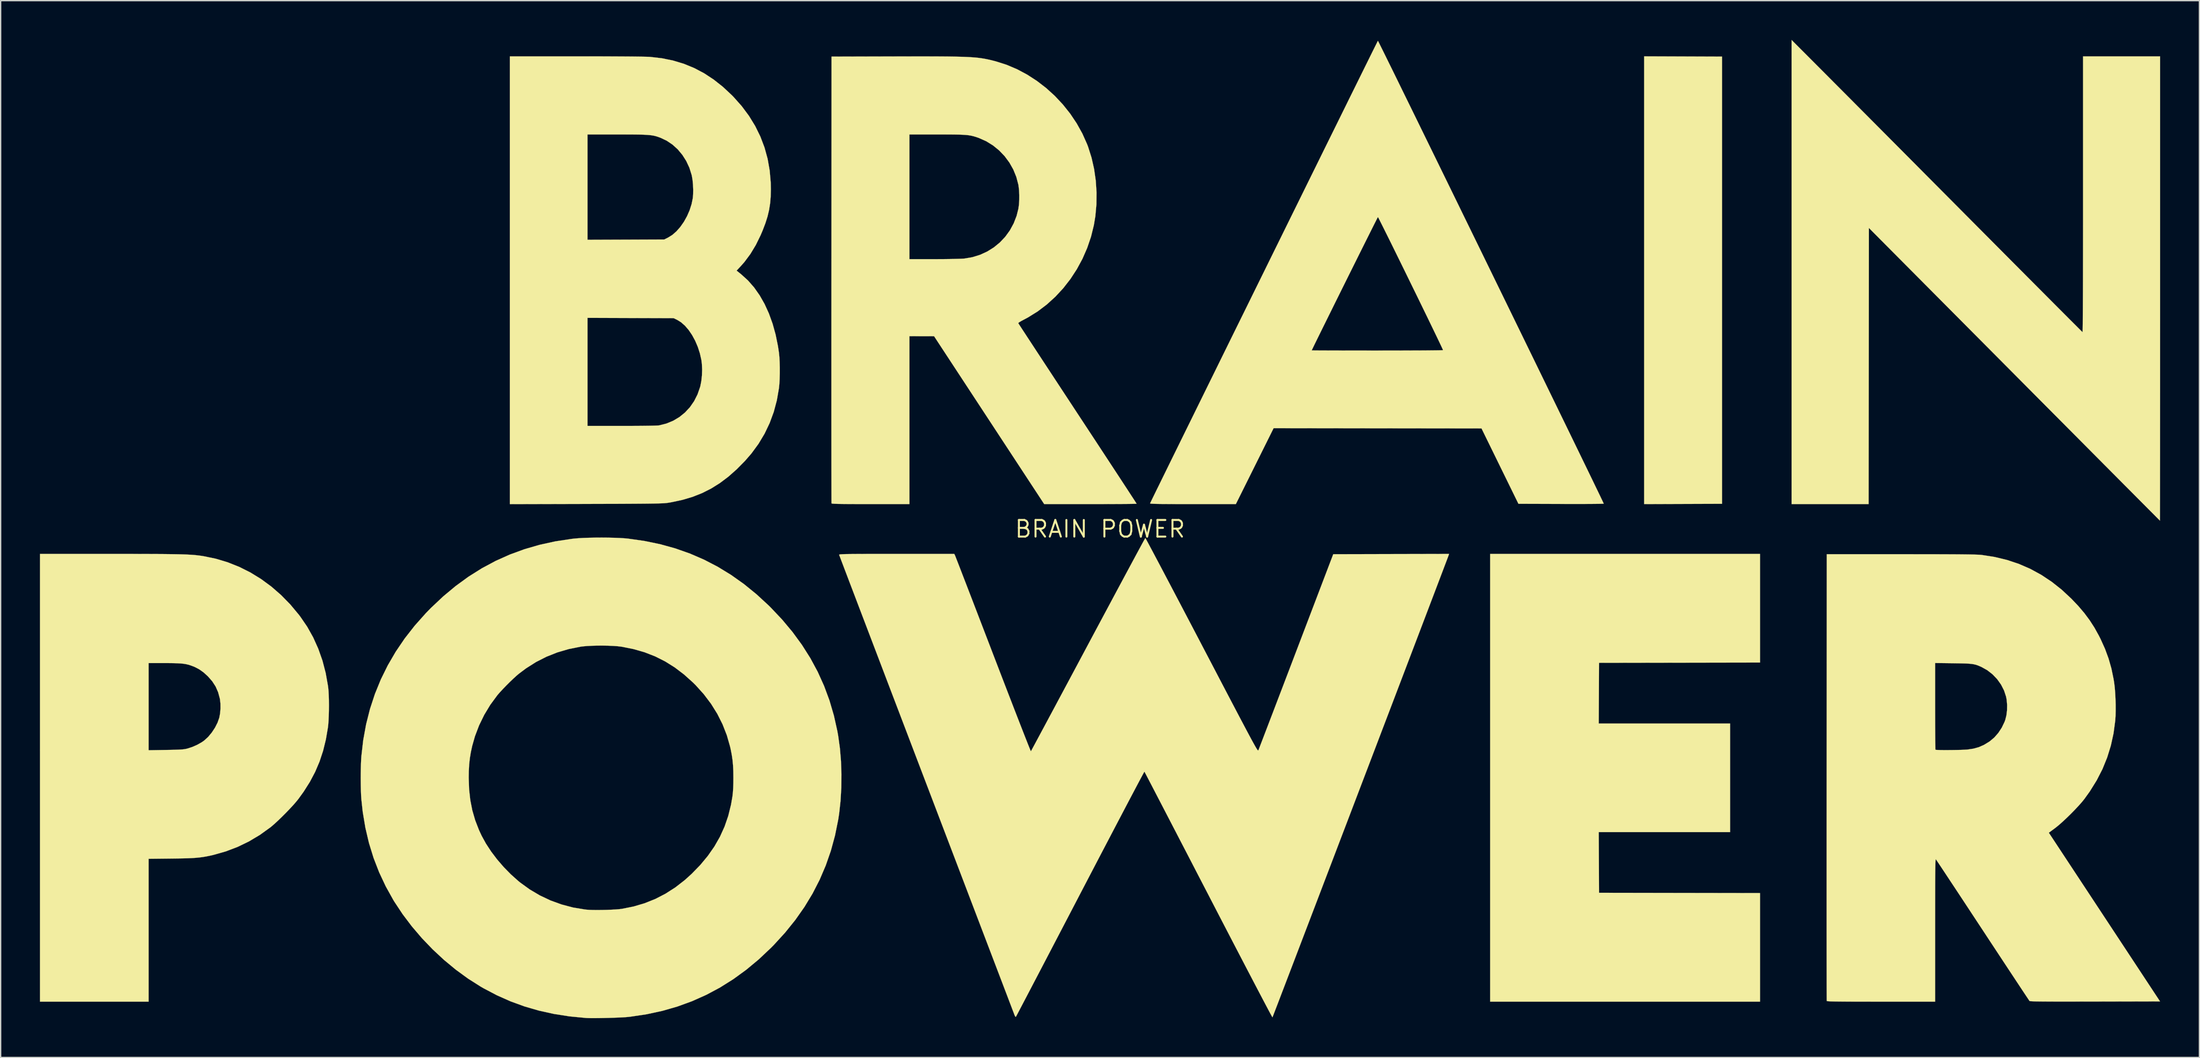
<source format=kicad_pcb>
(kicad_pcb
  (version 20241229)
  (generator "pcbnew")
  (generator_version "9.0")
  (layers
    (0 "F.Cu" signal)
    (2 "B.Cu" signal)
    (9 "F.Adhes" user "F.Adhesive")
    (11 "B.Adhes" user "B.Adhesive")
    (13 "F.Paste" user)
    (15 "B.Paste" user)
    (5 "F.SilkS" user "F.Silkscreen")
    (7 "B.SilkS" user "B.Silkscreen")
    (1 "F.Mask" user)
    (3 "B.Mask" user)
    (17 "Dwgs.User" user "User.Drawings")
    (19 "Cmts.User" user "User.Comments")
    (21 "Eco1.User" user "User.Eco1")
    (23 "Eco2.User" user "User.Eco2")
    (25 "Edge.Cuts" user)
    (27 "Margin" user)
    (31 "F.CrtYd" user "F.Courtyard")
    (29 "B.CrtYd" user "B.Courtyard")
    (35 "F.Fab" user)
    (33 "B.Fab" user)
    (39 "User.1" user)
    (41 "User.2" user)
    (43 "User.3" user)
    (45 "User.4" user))
  (footprint "BRAIN POWER"
    (layer "F.Cu")
    (at 80.989 37.364)
    (property "Reference" "BRAIN POWER" (at 0 0 0) (layer "F.SilkS") (effects (font (size 1.27 1.27) (thickness 0.15))))
    (attr through_hole)
    (fp_poly (pts (xy 44.545 -36.1) (xy 47.519 -36.089) (xy 47.519 -1.926) (xy 44.545 -1.915) (xy 41.571 -1.904) (xy 41.571 -36.111) (xy 44.545 -36.1)) (stroke (width 0.01) (type solid)) (fill yes) (layer "F.SilkS"))
    (fp_poly (pts (xy 50.419 10.202) (xy 44.27 10.213) (xy 38.121 10.223) (xy 38.099 14.859) (xy 48.133 14.859) (xy 48.133 23.156) (xy 38.099 23.156) (xy 38.121 27.792) (xy 44.27 27.803) (xy 50.419 27.813) (xy 50.419 36.11) (xy 29.803 36.11) (xy 29.803 1.905) (xy 50.419 1.905) (xy 50.419 10.202)) (stroke (width 0.01) (type solid)) (fill yes) (layer "F.SilkS"))
    (fp_poly (pts (xy 55.177 -35.01) (xy 55.407 -34.779) (xy 55.693 -34.492) (xy 56.032 -34.151) (xy 56.422 -33.76) (xy 56.858 -33.322) (xy 57.338 -32.841) (xy 57.857 -32.318) (xy 58.414 -31.759) (xy 59.005 -31.165) (xy 59.626 -30.541) (xy 60.274 -29.889) (xy 60.946 -29.214) (xy 61.639 -28.517) (xy 62.35 -27.802) (xy 63.074 -27.073) (xy 63.81 -26.333) (xy 64.554 -25.585) (xy 65.302 -24.833) (xy 66.051 -24.079) (xy 66.274 -23.855) (xy 66.993 -23.131) (xy 67.697 -22.424) (xy 68.383 -21.734) (xy 69.049 -21.064) (xy 69.692 -20.417) (xy 70.311 -19.796) (xy 70.903 -19.201) (xy 71.465 -18.637) (xy 71.996 -18.104) (xy 72.492 -17.606) (xy 72.952 -17.144) (xy 73.373 -16.722) (xy 73.753 -16.341) (xy 74.089 -16.004) (xy 74.38 -15.714) (xy 74.622 -15.472) (xy 74.814 -15.28) (xy 74.953 -15.142) (xy 75.037 -15.06) (xy 75.063 -15.035) (xy 75.066 -15.076) (xy 75.069 -15.198) (xy 75.072 -15.397) (xy 75.076 -15.672) (xy 75.078 -16.017) (xy 75.081 -16.43) (xy 75.084 -16.908) (xy 75.086 -17.447) (xy 75.089 -18.044) (xy 75.091 -18.695) (xy 75.093 -19.397) (xy 75.094 -20.147) (xy 75.096 -20.941) (xy 75.097 -21.776) (xy 75.098 -22.649) (xy 75.099 -23.556) (xy 75.099 -24.494) (xy 75.099 -25.459) (xy 75.099 -25.566) (xy 75.099 -36.11) (xy 80.984 -36.11) (xy 80.984 -18.373) (xy 80.984 -17.152) (xy 80.984 -15.953) (xy 80.983 -14.778) (xy 80.983 -13.631) (xy 80.983 -12.513) (xy 80.983 -11.428) (xy 80.983 -10.379) (xy 80.982 -9.367) (xy 80.982 -8.397) (xy 80.981 -7.47) (xy 80.981 -6.59) (xy 80.981 -5.759) (xy 80.98 -4.981) (xy 80.979 -4.257) (xy 80.979 -3.59) (xy 80.978 -2.984) (xy 80.978 -2.442) (xy 80.977 -1.965) (xy 80.976 -1.556) (xy 80.976 -1.219) (xy 80.975 -0.957) (xy 80.974 -0.771) (xy 80.974 -0.665) (xy 80.973 -0.639) (xy 80.943 -0.669) (xy 80.855 -0.757) (xy 80.711 -0.901) (xy 80.515 -1.099) (xy 80.266 -1.348) (xy 79.969 -1.647) (xy 79.624 -1.993) (xy 79.234 -2.385) (xy 78.801 -2.821) (xy 78.326 -3.297) (xy 77.813 -3.813) (xy 77.263 -4.366) (xy 76.678 -4.954) (xy 76.061 -5.575) (xy 75.413 -6.227) (xy 74.736 -6.908) (xy 74.033 -7.615) (xy 73.305 -8.347) (xy 72.555 -9.101) (xy 71.784 -9.876) (xy 70.996 -10.669) (xy 70.191 -11.479) (xy 69.85 -11.822) (xy 58.737 -23) (xy 58.727 -12.452) (xy 58.716 -1.905) (xy 52.832 -1.905) (xy 52.832 -37.359) (xy 55.177 -35.01)) (stroke (width 0.01) (type solid)) (fill yes) (layer "F.SilkS"))
    (fp_poly (pts (xy -75.597 1.905) (xy -74.75 1.906) (xy -73.983 1.906) (xy -73.291 1.907) (xy -72.669 1.909) (xy -72.112 1.911) (xy -71.615 1.914) (xy -71.174 1.919) (xy -70.784 1.924) (xy -70.439 1.93) (xy -70.136 1.938) (xy -69.868 1.947) (xy -69.631 1.958) (xy -69.421 1.97) (xy -69.232 1.984) (xy -69.06 2) (xy -68.9 2.018) (xy -68.746 2.038) (xy -68.594 2.06) (xy -68.495 2.076) (xy -67.557 2.269) (xy -66.645 2.543) (xy -65.762 2.894) (xy -64.909 3.322) (xy -64.091 3.824) (xy -63.309 4.399) (xy -62.566 5.046) (xy -61.865 5.762) (xy -61.21 6.547) (xy -61.099 6.692) (xy -60.573 7.461) (xy -60.114 8.28) (xy -59.725 9.145) (xy -59.405 10.052) (xy -59.158 11) (xy -58.983 11.984) (xy -58.964 12.129) (xy -58.94 12.386) (xy -58.923 12.709) (xy -58.913 13.078) (xy -58.91 13.474) (xy -58.913 13.878) (xy -58.923 14.271) (xy -58.939 14.634) (xy -58.962 14.948) (xy -58.985 15.155) (xy -59.143 16.079) (xy -59.356 16.946) (xy -59.627 17.767) (xy -59.962 18.554) (xy -60.366 19.319) (xy -60.843 20.072) (xy -61.252 20.637) (xy -61.424 20.849) (xy -61.646 21.103) (xy -61.906 21.383) (xy -62.189 21.676) (xy -62.481 21.969) (xy -62.768 22.248) (xy -63.037 22.497) (xy -63.275 22.705) (xy -63.381 22.791) (xy -64.178 23.365) (xy -65.012 23.863) (xy -65.883 24.285) (xy -66.79 24.63) (xy -67.732 24.898) (xy -67.797 24.913) (xy -68.055 24.971) (xy -68.297 25.019) (xy -68.534 25.059) (xy -68.777 25.091) (xy -69.038 25.117) (xy -69.328 25.137) (xy -69.658 25.152) (xy -70.04 25.163) (xy -70.485 25.171) (xy -70.94 25.177) (xy -72.686 25.196) (xy -72.686 36.11) (xy -80.984 36.11) (xy -80.984 10.245) (xy -72.686 10.245) (xy -72.686 16.902) (xy -71.363 16.88) (xy -70.982 16.873) (xy -70.674 16.866) (xy -70.429 16.858) (xy -70.234 16.848) (xy -70.078 16.836) (xy -69.951 16.821) (xy -69.841 16.801) (xy -69.736 16.777) (xy -69.702 16.768) (xy -69.335 16.647) (xy -68.966 16.483) (xy -68.628 16.292) (xy -68.432 16.154) (xy -68.137 15.883) (xy -67.86 15.55) (xy -67.615 15.179) (xy -67.419 14.792) (xy -67.286 14.415) (xy -67.224 14.085) (xy -67.194 13.715) (xy -67.197 13.342) (xy -67.235 13.002) (xy -67.244 12.955) (xy -67.376 12.468) (xy -67.567 12.032) (xy -67.827 11.631) (xy -68.155 11.258) (xy -68.479 10.962) (xy -68.8 10.732) (xy -69.139 10.552) (xy -69.293 10.488) (xy -69.473 10.422) (xy -69.643 10.368) (xy -69.817 10.327) (xy -70.007 10.295) (xy -70.224 10.273) (xy -70.48 10.258) (xy -70.789 10.249) (xy -71.161 10.245) (xy -71.462 10.245) (xy -72.686 10.245) (xy -80.984 10.245) (xy -80.984 1.905) (xy -75.597 1.905)) (stroke (width 0.01) (type solid)) (fill yes) (layer "F.SilkS"))
    (fp_poly (pts (xy -40.016 -36.11) (xy -39.259 -36.11) (xy -38.54 -36.109) (xy -37.862 -36.107) (xy -37.229 -36.104) (xy -36.647 -36.101) (xy -36.12 -36.098) (xy -35.652 -36.094) (xy -35.247 -36.089) (xy -34.91 -36.084) (xy -34.646 -36.078) (xy -34.459 -36.072) (xy -34.375 -36.067) (xy -33.473 -35.963) (xy -32.613 -35.787) (xy -31.791 -35.538) (xy -31.003 -35.215) (xy -30.247 -34.816) (xy -29.519 -34.338) (xy -28.815 -33.782) (xy -28.132 -33.144) (xy -28.003 -33.013) (xy -27.372 -32.303) (xy -26.82 -31.561) (xy -26.346 -30.788) (xy -25.951 -29.984) (xy -25.634 -29.149) (xy -25.396 -28.283) (xy -25.238 -27.386) (xy -25.157 -26.457) (xy -25.147 -25.951) (xy -25.161 -25.386) (xy -25.206 -24.864) (xy -25.286 -24.364) (xy -25.404 -23.868) (xy -25.566 -23.357) (xy -25.775 -22.811) (xy -25.927 -22.453) (xy -26.297 -21.697) (xy -26.71 -21.013) (xy -27.165 -20.401) (xy -27.453 -20.074) (xy -27.767 -19.74) (xy -27.404 -19.448) (xy -26.895 -18.986) (xy -26.428 -18.453) (xy -26.005 -17.852) (xy -25.627 -17.188) (xy -25.297 -16.464) (xy -25.015 -15.683) (xy -24.784 -14.85) (xy -24.605 -13.967) (xy -24.532 -13.483) (xy -24.498 -13.149) (xy -24.476 -12.756) (xy -24.465 -12.326) (xy -24.466 -11.885) (xy -24.477 -11.455) (xy -24.5 -11.061) (xy -24.531 -10.753) (xy -24.691 -9.83) (xy -24.927 -8.944) (xy -25.24 -8.095) (xy -25.628 -7.282) (xy -26.092 -6.507) (xy -26.632 -5.77) (xy -27.126 -5.201) (xy -27.76 -4.559) (xy -28.396 -3.997) (xy -29.042 -3.51) (xy -29.707 -3.094) (xy -30.398 -2.745) (xy -31.124 -2.458) (xy -31.893 -2.228) (xy -32.714 -2.051) (xy -33.02 -2) (xy -33.091 -1.99) (xy -33.174 -1.982) (xy -33.272 -1.973) (xy -33.392 -1.966) (xy -33.536 -1.96) (xy -33.709 -1.954) (xy -33.916 -1.949) (xy -34.161 -1.944) (xy -34.448 -1.94) (xy -34.783 -1.936) (xy -35.168 -1.933) (xy -35.61 -1.93) (xy -36.111 -1.927) (xy -36.678 -1.924) (xy -37.313 -1.922) (xy -38.021 -1.92) (xy -38.808 -1.918) (xy -39.275 -1.916) (xy -45.085 -1.901) (xy -45.085 -7.874) (xy -39.158 -7.874) (xy -36.541 -7.874) (xy -35.956 -7.875) (xy -35.427 -7.877) (xy -34.96 -7.881) (xy -34.558 -7.886) (xy -34.224 -7.892) (xy -33.963 -7.9) (xy -33.779 -7.908) (xy -33.676 -7.918) (xy -33.673 -7.918) (xy -33.122 -8.058) (xy -32.607 -8.271) (xy -32.134 -8.553) (xy -31.707 -8.9) (xy -31.33 -9.307) (xy -31.01 -9.77) (xy -30.75 -10.284) (xy -30.555 -10.845) (xy -30.537 -10.91) (xy -30.461 -11.295) (xy -30.414 -11.728) (xy -30.399 -12.174) (xy -30.417 -12.603) (xy -30.456 -12.91) (xy -30.57 -13.42) (xy -30.73 -13.914) (xy -30.93 -14.382) (xy -31.164 -14.813) (xy -31.425 -15.199) (xy -31.708 -15.528) (xy -32.008 -15.793) (xy -32.295 -15.971) (xy -32.574 -16.108) (xy -35.866 -16.119) (xy -39.158 -16.131) (xy -39.158 -7.874) (xy -45.085 -7.874) (xy -45.085 -30.141) (xy -39.158 -30.141) (xy -39.158 -22.096) (xy -36.226 -22.107) (xy -33.293 -22.119) (xy -33.01 -22.259) (xy -32.68 -22.463) (xy -32.362 -22.741) (xy -32.064 -23.08) (xy -31.792 -23.469) (xy -31.553 -23.898) (xy -31.354 -24.353) (xy -31.204 -24.825) (xy -31.113 -25.271) (xy -31.085 -25.574) (xy -31.08 -25.927) (xy -31.096 -26.299) (xy -31.13 -26.659) (xy -31.183 -26.976) (xy -31.199 -27.045) (xy -31.372 -27.597) (xy -31.612 -28.113) (xy -31.911 -28.584) (xy -32.263 -29.005) (xy -32.663 -29.367) (xy -33.105 -29.664) (xy -33.562 -29.881) (xy -33.703 -29.935) (xy -33.836 -29.98) (xy -33.967 -30.019) (xy -34.105 -30.05) (xy -34.257 -30.076) (xy -34.432 -30.096) (xy -34.637 -30.112) (xy -34.879 -30.124) (xy -35.168 -30.132) (xy -35.511 -30.137) (xy -35.916 -30.14) (xy -36.391 -30.141) (xy -36.877 -30.141) (xy -39.158 -30.141) (xy -45.085 -30.141) (xy -45.085 -36.11) (xy -40.016 -36.11)) (stroke (width 0.01) (type solid)) (fill yes) (layer "F.SilkS"))
    (fp_poly (pts (xy -12.697 -36.104) (xy -12.129 -36.101) (xy -11.62 -36.097) (xy -11.166 -36.09) (xy -10.761 -36.081) (xy -10.4 -36.07) (xy -10.078 -36.056) (xy -9.79 -36.039) (xy -9.531 -36.019) (xy -9.296 -35.995) (xy -9.08 -35.967) (xy -8.878 -35.935) (xy -8.684 -35.899) (xy -8.494 -35.859) (xy -8.302 -35.814) (xy -8.104 -35.763) (xy -7.96 -35.726) (xy -7.138 -35.464) (xy -6.336 -35.123) (xy -5.562 -34.71) (xy -4.819 -34.229) (xy -4.114 -33.686) (xy -3.452 -33.085) (xy -2.84 -32.431) (xy -2.281 -31.73) (xy -1.783 -30.987) (xy -1.349 -30.207) (xy -0.987 -29.395) (xy -0.912 -29.198) (xy -0.65 -28.372) (xy -0.454 -27.506) (xy -0.326 -26.613) (xy -0.267 -25.706) (xy -0.277 -24.798) (xy -0.357 -23.903) (xy -0.47 -23.22) (xy -0.688 -22.333) (xy -0.981 -21.472) (xy -1.343 -20.643) (xy -1.772 -19.85) (xy -2.262 -19.099) (xy -2.811 -18.395) (xy -3.415 -17.744) (xy -4.068 -17.151) (xy -4.768 -16.621) (xy -5.51 -16.16) (xy -5.825 -15.992) (xy -5.996 -15.902) (xy -6.134 -15.821) (xy -6.223 -15.76) (xy -6.249 -15.727) (xy -6.225 -15.688) (xy -6.156 -15.581) (xy -6.045 -15.411) (xy -5.895 -15.18) (xy -5.706 -14.893) (xy -5.483 -14.551) (xy -5.226 -14.16) (xy -4.939 -13.721) (xy -4.623 -13.24) (xy -4.281 -12.718) (xy -3.914 -12.16) (xy -3.526 -11.569) (xy -3.119 -10.949) (xy -2.694 -10.302) (xy -2.253 -9.632) (xy -1.801 -8.943) (xy -1.72 -8.82) (xy -1.265 -8.129) (xy -0.823 -7.456) (xy -0.395 -6.806) (xy 0.015 -6.181) (xy 0.406 -5.585) (xy 0.775 -5.022) (xy 1.121 -4.495) (xy 1.441 -4.007) (xy 1.732 -3.562) (xy 1.993 -3.164) (xy 2.221 -2.814) (xy 2.414 -2.518) (xy 2.571 -2.279) (xy 2.687 -2.099) (xy 2.762 -1.982) (xy 2.793 -1.932) (xy 2.794 -1.931) (xy 2.753 -1.927) (xy 2.633 -1.923) (xy 2.441 -1.92) (xy 2.183 -1.916) (xy 1.865 -1.913) (xy 1.493 -1.911) (xy 1.074 -1.909) (xy 0.614 -1.907) (xy 0.119 -1.906) (xy -0.405 -1.905) (xy -0.736 -1.905) (xy -4.267 -1.905) (xy -12.679 -14.728) (xy -13.621 -14.73) (xy -14.563 -14.732) (xy -14.563 -1.905) (xy -17.527 -1.905) (xy -18.124 -1.905) (xy -18.641 -1.906) (xy -19.083 -1.908) (xy -19.455 -1.91) (xy -19.762 -1.914) (xy -20.009 -1.918) (xy -20.201 -1.924) (xy -20.342 -1.93) (xy -20.438 -1.938) (xy -20.493 -1.948) (xy -20.512 -1.958) (xy -20.513 -2.004) (xy -20.515 -2.131) (xy -20.516 -2.337) (xy -20.517 -2.62) (xy -20.518 -2.976) (xy -20.519 -3.402) (xy -20.52 -3.896) (xy -20.521 -4.455) (xy -20.522 -5.076) (xy -20.522 -5.756) (xy -20.523 -6.492) (xy -20.523 -7.282) (xy -20.524 -8.122) (xy -20.524 -9.01) (xy -20.524 -9.943) (xy -20.524 -10.919) (xy -20.524 -11.933) (xy -20.524 -12.984) (xy -20.524 -14.069) (xy -20.523 -15.184) (xy -20.523 -16.327) (xy -20.522 -17.495) (xy -20.522 -18.686) (xy -20.521 -19.05) (xy -20.514 -30.141) (xy -14.563 -30.141) (xy -14.563 -20.616) (xy -12.683 -20.616) (xy -12.274 -20.617) (xy -11.875 -20.62) (xy -11.498 -20.625) (xy -11.155 -20.631) (xy -10.856 -20.638) (xy -10.614 -20.646) (xy -10.438 -20.655) (xy -10.375 -20.66) (xy -9.758 -20.765) (xy -9.172 -20.945) (xy -8.622 -21.196) (xy -8.114 -21.513) (xy -7.651 -21.892) (xy -7.241 -22.327) (xy -6.888 -22.814) (xy -6.598 -23.348) (xy -6.374 -23.924) (xy -6.238 -24.466) (xy -6.195 -24.777) (xy -6.172 -25.139) (xy -6.17 -25.522) (xy -6.188 -25.893) (xy -6.226 -26.224) (xy -6.239 -26.302) (xy -6.396 -26.898) (xy -6.627 -27.465) (xy -6.927 -27.996) (xy -7.289 -28.484) (xy -7.708 -28.922) (xy -8.178 -29.304) (xy -8.693 -29.622) (xy -9.248 -29.87) (xy -9.352 -29.907) (xy -9.504 -29.958) (xy -9.644 -30) (xy -9.783 -30.035) (xy -9.927 -30.064) (xy -10.087 -30.088) (xy -10.269 -30.106) (xy -10.484 -30.119) (xy -10.738 -30.129) (xy -11.042 -30.135) (xy -11.402 -30.139) (xy -11.829 -30.141) (xy -12.33 -30.141) (xy -12.451 -30.141) (xy -14.563 -30.141) (xy -20.514 -30.141) (xy -20.511 -36.089) (xy -15.663 -36.102) (xy -14.807 -36.104) (xy -14.031 -36.105) (xy -13.329 -36.105) (xy -12.697 -36.104)) (stroke (width 0.01) (type solid)) (fill yes) (layer "F.SilkS"))
    (fp_poly (pts (xy 21.249 -37.259) (xy 21.305 -37.149) (xy 21.395 -36.969) (xy 21.518 -36.721) (xy 21.673 -36.409) (xy 21.857 -36.035) (xy 22.07 -35.602) (xy 22.311 -35.114) (xy 22.577 -34.572) (xy 22.867 -33.98) (xy 23.18 -33.34) (xy 23.515 -32.657) (xy 23.871 -31.931) (xy 24.245 -31.167) (xy 24.636 -30.367) (xy 25.043 -29.535) (xy 25.465 -28.672) (xy 25.9 -27.782) (xy 26.347 -26.868) (xy 26.804 -25.933) (xy 27.27 -24.979) (xy 27.743 -24.009) (xy 28.223 -23.027) (xy 28.707 -22.035) (xy 29.195 -21.036) (xy 29.684 -20.033) (xy 30.174 -19.028) (xy 30.663 -18.026) (xy 31.15 -17.028) (xy 31.633 -16.037) (xy 32.111 -15.057) (xy 32.582 -14.09) (xy 33.046 -13.139) (xy 33.5 -12.207) (xy 33.943 -11.297) (xy 34.374 -10.411) (xy 34.792 -9.553) (xy 35.194 -8.726) (xy 35.581 -7.932) (xy 35.949 -7.175) (xy 36.298 -6.456) (xy 36.627 -5.78) (xy 36.933 -5.148) (xy 37.217 -4.564) (xy 37.475 -4.031) (xy 37.707 -3.552) (xy 37.911 -3.129) (xy 38.087 -2.765) (xy 38.232 -2.464) (xy 38.345 -2.227) (xy 38.425 -2.059) (xy 38.47 -1.961) (xy 38.481 -1.936) (xy 38.439 -1.932) (xy 38.32 -1.927) (xy 38.129 -1.923) (xy 37.872 -1.92) (xy 37.557 -1.917) (xy 37.19 -1.915) (xy 36.776 -1.914) (xy 36.323 -1.914) (xy 35.837 -1.914) (xy 35.324 -1.915) (xy 35.222 -1.915) (xy 31.964 -1.926) (xy 30.553 -4.805) (xy 29.143 -7.684) (xy 21.202 -7.694) (xy 13.261 -7.705) (xy 11.819 -4.805) (xy 10.376 -1.905) (xy 7.089 -1.905) (xy 6.462 -1.905) (xy 5.916 -1.906) (xy 5.445 -1.907) (xy 5.044 -1.91) (xy 4.71 -1.912) (xy 4.437 -1.916) (xy 4.22 -1.921) (xy 4.056 -1.927) (xy 3.939 -1.933) (xy 3.865 -1.941) (xy 3.828 -1.95) (xy 3.823 -1.958) (xy 3.849 -2.013) (xy 3.911 -2.14) (xy 4.006 -2.337) (xy 4.135 -2.601) (xy 4.295 -2.929) (xy 4.486 -3.317) (xy 4.705 -3.764) (xy 4.951 -4.265) (xy 5.223 -4.819) (xy 5.519 -5.423) (xy 5.839 -6.073) (xy 6.18 -6.767) (xy 6.541 -7.501) (xy 6.921 -8.273) (xy 7.318 -9.081) (xy 7.731 -9.92) (xy 8.158 -10.789) (xy 8.599 -11.684) (xy 9.051 -12.603) (xy 9.513 -13.543) (xy 9.564 -13.646) (xy 16.171 -13.646) (xy 16.213 -13.644) (xy 16.334 -13.643) (xy 16.529 -13.641) (xy 16.793 -13.639) (xy 17.121 -13.638) (xy 17.508 -13.636) (xy 17.948 -13.635) (xy 18.436 -13.634) (xy 18.968 -13.633) (xy 19.537 -13.632) (xy 20.139 -13.632) (xy 20.768 -13.631) (xy 21.188 -13.631) (xy 21.832 -13.632) (xy 22.452 -13.632) (xy 23.043 -13.634) (xy 23.599 -13.636) (xy 24.116 -13.638) (xy 24.588 -13.64) (xy 25.01 -13.643) (xy 25.377 -13.647) (xy 25.683 -13.65) (xy 25.924 -13.654) (xy 26.093 -13.658) (xy 26.187 -13.662) (xy 26.204 -13.665) (xy 26.186 -13.712) (xy 26.133 -13.828) (xy 26.049 -14.009) (xy 25.935 -14.249) (xy 25.794 -14.544) (xy 25.629 -14.886) (xy 25.443 -15.272) (xy 25.238 -15.696) (xy 25.017 -16.152) (xy 24.782 -16.635) (xy 24.536 -17.14) (xy 24.282 -17.661) (xy 24.022 -18.193) (xy 23.759 -18.73) (xy 23.496 -19.268) (xy 23.235 -19.801) (xy 22.979 -20.323) (xy 22.73 -20.829) (xy 22.492 -21.313) (xy 22.266 -21.772) (xy 22.055 -22.198) (xy 21.862 -22.586) (xy 21.69 -22.932) (xy 21.541 -23.23) (xy 21.418 -23.474) (xy 21.324 -23.66) (xy 21.261 -23.781) (xy 21.231 -23.832) (xy 21.229 -23.834) (xy 21.207 -23.795) (xy 21.15 -23.686) (xy 21.062 -23.511) (xy 20.943 -23.277) (xy 20.798 -22.988) (xy 20.629 -22.65) (xy 20.438 -22.268) (xy 20.228 -21.848) (xy 20.002 -21.395) (xy 19.762 -20.914) (xy 19.512 -20.411) (xy 19.253 -19.891) (xy 18.989 -19.36) (xy 18.722 -18.822) (xy 18.455 -18.284) (xy 18.19 -17.75) (xy 17.93 -17.226) (xy 17.679 -16.717) (xy 17.437 -16.229) (xy 17.209 -15.767) (xy 16.996 -15.337) (xy 16.802 -14.943) (xy 16.629 -14.591) (xy 16.479 -14.286) (xy 16.356 -14.035) (xy 16.263 -13.841) (xy 16.2 -13.711) (xy 16.173 -13.65) (xy 16.171 -13.646) (xy 9.564 -13.646) (xy 9.984 -14.5) (xy 10.463 -15.472) (xy 10.948 -16.456) (xy 11.437 -17.449) (xy 11.929 -18.449) (xy 12.423 -19.451) (xy 12.917 -20.455) (xy 13.41 -21.456) (xy 13.901 -22.452) (xy 14.387 -23.439) (xy 14.869 -24.416) (xy 15.343 -25.378) (xy 15.809 -26.324) (xy 16.266 -27.251) (xy 16.711 -28.154) (xy 17.144 -29.033) (xy 17.564 -29.883) (xy 17.968 -30.702) (xy 18.355 -31.486) (xy 18.724 -32.234) (xy 19.073 -32.943) (xy 19.402 -33.608) (xy 19.708 -34.228) (xy 19.99 -34.799) (xy 20.247 -35.32) (xy 20.478 -35.786) (xy 20.68 -36.195) (xy 20.853 -36.544) (xy 20.995 -36.83) (xy 21.105 -37.05) (xy 21.181 -37.202) (xy 21.222 -37.283) (xy 21.229 -37.296) (xy 21.249 -37.259)) (stroke (width 0.01) (type solid)) (fill yes) (layer "F.SilkS"))
    (fp_poly (pts (xy 62.049 1.926) (xy 62.824 1.927) (xy 63.522 1.928) (xy 64.148 1.929) (xy 64.705 1.931) (xy 65.197 1.933) (xy 65.628 1.936) (xy 66.002 1.94) (xy 66.323 1.944) (xy 66.596 1.949) (xy 66.823 1.954) (xy 67.009 1.96) (xy 67.159 1.967) (xy 67.275 1.975) (xy 67.352 1.982) (xy 68.339 2.136) (xy 69.286 2.364) (xy 70.194 2.667) (xy 71.066 3.045) (xy 71.902 3.501) (xy 72.704 4.033) (xy 73.474 4.643) (xy 74.211 5.33) (xy 74.737 5.884) (xy 75.197 6.425) (xy 75.603 6.971) (xy 75.968 7.537) (xy 76.304 8.143) (xy 76.436 8.403) (xy 76.775 9.154) (xy 77.048 9.897) (xy 77.264 10.655) (xy 77.429 11.456) (xy 77.473 11.726) (xy 77.518 12.084) (xy 77.552 12.503) (xy 77.576 12.957) (xy 77.59 13.422) (xy 77.591 13.876) (xy 77.58 14.293) (xy 77.558 14.632) (xy 77.428 15.609) (xy 77.222 16.55) (xy 76.94 17.46) (xy 76.581 18.343) (xy 76.141 19.201) (xy 75.621 20.038) (xy 75.2 20.625) (xy 75.006 20.865) (xy 74.761 21.141) (xy 74.481 21.441) (xy 74.178 21.751) (xy 73.867 22.055) (xy 73.562 22.341) (xy 73.277 22.594) (xy 73.027 22.799) (xy 72.955 22.854) (xy 72.483 23.203) (xy 76.731 29.646) (xy 80.978 36.089) (xy 76.019 36.1) (xy 75.237 36.101) (xy 74.536 36.102) (xy 73.912 36.103) (xy 73.361 36.103) (xy 72.879 36.102) (xy 72.462 36.1) (xy 72.107 36.098) (xy 71.809 36.095) (xy 71.565 36.092) (xy 71.371 36.087) (xy 71.222 36.082) (xy 71.116 36.076) (xy 71.048 36.068) (xy 71.014 36.06) (xy 71.01 36.058) (xy 70.981 36.017) (xy 70.909 35.909) (xy 70.795 35.738) (xy 70.642 35.509) (xy 70.453 35.224) (xy 70.231 34.888) (xy 69.977 34.504) (xy 69.695 34.077) (xy 69.387 33.611) (xy 69.056 33.109) (xy 68.704 32.575) (xy 68.334 32.013) (xy 67.948 31.428) (xy 67.55 30.822) (xy 67.436 30.649) (xy 67.034 30.039) (xy 66.644 29.447) (xy 66.269 28.877) (xy 65.912 28.335) (xy 65.574 27.823) (xy 65.259 27.346) (xy 64.968 26.907) (xy 64.706 26.51) (xy 64.474 26.159) (xy 64.275 25.859) (xy 64.111 25.613) (xy 63.985 25.424) (xy 63.9 25.298) (xy 63.858 25.237) (xy 63.854 25.232) (xy 63.846 25.233) (xy 63.838 25.257) (xy 63.831 25.309) (xy 63.825 25.392) (xy 63.82 25.511) (xy 63.815 25.669) (xy 63.811 25.87) (xy 63.808 26.118) (xy 63.805 26.418) (xy 63.802 26.773) (xy 63.8 27.187) (xy 63.799 27.664) (xy 63.798 28.208) (xy 63.797 28.824) (xy 63.797 29.514) (xy 63.796 30.283) (xy 63.796 30.64) (xy 63.796 36.11) (xy 59.668 36.11) (xy 58.958 36.11) (xy 58.328 36.109) (xy 57.775 36.108) (xy 57.294 36.107) (xy 56.881 36.104) (xy 56.531 36.101) (xy 56.241 36.098) (xy 56.007 36.093) (xy 55.824 36.088) (xy 55.687 36.082) (xy 55.594 36.075) (xy 55.539 36.067) (xy 55.519 36.058) (xy 55.519 36.057) (xy 55.517 36.012) (xy 55.516 35.884) (xy 55.515 35.678) (xy 55.514 35.395) (xy 55.512 35.039) (xy 55.511 34.613) (xy 55.511 34.119) (xy 55.51 33.56) (xy 55.509 32.939) (xy 55.508 32.259) (xy 55.508 31.523) (xy 55.507 30.733) (xy 55.507 29.893) (xy 55.507 29.005) (xy 55.507 28.072) (xy 55.507 27.097) (xy 55.507 26.082) (xy 55.507 25.031) (xy 55.507 23.947) (xy 55.507 22.831) (xy 55.508 21.688) (xy 55.508 20.52) (xy 55.509 19.329) (xy 55.509 18.965) (xy 55.513 13.536) (xy 63.796 13.536) (xy 63.797 14.057) (xy 63.798 14.554) (xy 63.799 15.019) (xy 63.802 15.446) (xy 63.804 15.83) (xy 63.807 16.163) (xy 63.811 16.439) (xy 63.815 16.651) (xy 63.819 16.793) (xy 63.823 16.859) (xy 63.825 16.863) (xy 63.876 16.873) (xy 63.999 16.88) (xy 64.18 16.886) (xy 64.408 16.889) (xy 64.667 16.89) (xy 64.947 16.888) (xy 65.233 16.885) (xy 65.513 16.88) (xy 65.774 16.874) (xy 66.003 16.865) (xy 66.186 16.855) (xy 66.263 16.849) (xy 66.727 16.78) (xy 67.143 16.663) (xy 67.535 16.489) (xy 67.929 16.248) (xy 67.979 16.214) (xy 68.317 15.929) (xy 68.624 15.579) (xy 68.888 15.178) (xy 69.097 14.743) (xy 69.156 14.584) (xy 69.243 14.239) (xy 69.291 13.848) (xy 69.298 13.44) (xy 69.263 13.044) (xy 69.219 12.812) (xy 69.064 12.338) (xy 68.834 11.888) (xy 68.538 11.473) (xy 68.185 11.103) (xy 67.784 10.79) (xy 67.345 10.544) (xy 67.335 10.54) (xy 67.181 10.471) (xy 67.042 10.416) (xy 66.909 10.371) (xy 66.77 10.337) (xy 66.613 10.311) (xy 66.428 10.292) (xy 66.203 10.278) (xy 65.927 10.269) (xy 65.588 10.262) (xy 65.183 10.256) (xy 63.796 10.238) (xy 63.796 13.536) (xy 55.513 13.536) (xy 55.52 1.926) (xy 61.193 1.926) (xy 62.049 1.926)) (stroke (width 0.01) (type solid)) (fill yes) (layer "F.SilkS"))
    (fp_poly (pts (xy -37.58 0.66) (xy -37.114 0.671) (xy -36.685 0.688) (xy -36.31 0.711) (xy -36.068 0.734) (xy -34.82 0.911) (xy -33.617 1.159) (xy -32.457 1.48) (xy -31.336 1.874) (xy -30.253 2.342) (xy -29.205 2.886) (xy -28.19 3.507) (xy -27.205 4.205) (xy -26.249 4.983) (xy -25.318 5.841) (xy -25.167 5.99) (xy -24.289 6.918) (xy -23.491 7.872) (xy -22.773 8.854) (xy -22.132 9.866) (xy -21.569 10.91) (xy -21.082 11.988) (xy -20.67 13.101) (xy -20.333 14.251) (xy -20.068 15.441) (xy -20.004 15.802) (xy -19.874 16.742) (xy -19.791 17.73) (xy -19.755 18.746) (xy -19.767 19.767) (xy -19.825 20.772) (xy -19.931 21.74) (xy -20.004 22.214) (xy -20.247 23.416) (xy -20.563 24.579) (xy -20.955 25.705) (xy -21.421 26.795) (xy -21.963 27.851) (xy -22.583 28.875) (xy -23.281 29.868) (xy -24.057 30.831) (xy -24.913 31.768) (xy -25.146 32.004) (xy -26.074 32.879) (xy -27.031 33.674) (xy -28.017 34.391) (xy -29.034 35.029) (xy -30.085 35.59) (xy -31.169 36.074) (xy -32.289 36.482) (xy -33.447 36.815) (xy -34.643 37.073) (xy -35.88 37.258) (xy -36.032 37.275) (xy -36.232 37.293) (xy -36.499 37.309) (xy -36.816 37.325) (xy -37.169 37.338) (xy -37.542 37.349) (xy -37.919 37.358) (xy -38.284 37.364) (xy -38.623 37.367) (xy -38.92 37.366) (xy -39.159 37.361) (xy -39.285 37.354) (xy -40.527 37.234) (xy -41.719 37.048) (xy -42.865 36.795) (xy -43.971 36.474) (xy -45.042 36.083) (xy -46.084 35.62) (xy -47.102 35.084) (xy -47.329 34.953) (xy -48.282 34.348) (xy -49.216 33.667) (xy -50.12 32.919) (xy -50.987 32.113) (xy -51.808 31.257) (xy -52.574 30.36) (xy -53.278 29.429) (xy -53.91 28.474) (xy -53.99 28.343) (xy -54.57 27.301) (xy -55.073 26.23) (xy -55.5 25.128) (xy -55.851 23.991) (xy -56.126 22.818) (xy -56.328 21.607) (xy -56.433 20.637) (xy -56.452 20.349) (xy -56.466 19.995) (xy -56.475 19.595) (xy -56.479 19.169) (xy -56.479 19.008) (xy -48.231 19.008) (xy -48.202 19.88) (xy -48.111 20.704) (xy -47.957 21.49) (xy -47.736 22.252) (xy -47.446 23) (xy -47.242 23.438) (xy -46.913 24.037) (xy -46.515 24.644) (xy -46.058 25.247) (xy -45.555 25.83) (xy -45.017 26.379) (xy -44.457 26.88) (xy -44.298 27.01) (xy -43.568 27.538) (xy -42.795 27.994) (xy -41.983 28.378) (xy -41.137 28.685) (xy -40.263 28.916) (xy -39.366 29.066) (xy -39.243 29.08) (xy -39.024 29.097) (xy -38.739 29.106) (xy -38.409 29.109) (xy -38.051 29.106) (xy -37.686 29.098) (xy -37.331 29.084) (xy -37.005 29.066) (xy -36.728 29.044) (xy -36.534 29.02) (xy -35.643 28.842) (xy -34.791 28.591) (xy -33.977 28.265) (xy -33.197 27.862) (xy -32.448 27.383) (xy -31.728 26.824) (xy -31.205 26.352) (xy -30.543 25.672) (xy -29.963 24.974) (xy -29.461 24.254) (xy -29.036 23.509) (xy -28.684 22.732) (xy -28.404 21.92) (xy -28.193 21.067) (xy -28.082 20.426) (xy -28.049 20.134) (xy -28.026 19.798) (xy -28.013 19.406) (xy -28.01 19.008) (xy -28.016 18.499) (xy -28.038 18.049) (xy -28.078 17.635) (xy -28.138 17.23) (xy -28.22 16.812) (xy -28.265 16.616) (xy -28.511 15.757) (xy -28.836 14.926) (xy -29.238 14.124) (xy -29.717 13.355) (xy -30.27 12.623) (xy -30.894 11.929) (xy -31.105 11.721) (xy -31.791 11.106) (xy -32.495 10.572) (xy -33.224 10.116) (xy -33.985 9.733) (xy -34.784 9.421) (xy -35.627 9.177) (xy -36.521 8.998) (xy -36.576 8.989) (xy -36.856 8.955) (xy -37.2 8.931) (xy -37.589 8.915) (xy -38.003 8.908) (xy -38.423 8.91) (xy -38.829 8.921) (xy -39.201 8.94) (xy -39.52 8.969) (xy -39.666 8.988) (xy -40.582 9.17) (xy -41.456 9.426) (xy -42.29 9.757) (xy -43.088 10.163) (xy -43.849 10.644) (xy -44.408 11.064) (xy -44.603 11.231) (xy -44.837 11.446) (xy -45.094 11.692) (xy -45.356 11.954) (xy -45.609 12.215) (xy -45.835 12.459) (xy -46.018 12.668) (xy -46.055 12.714) (xy -46.584 13.433) (xy -47.046 14.199) (xy -47.438 15.003) (xy -47.754 15.834) (xy -47.965 16.575) (xy -48.069 17.055) (xy -48.145 17.518) (xy -48.196 17.988) (xy -48.223 18.493) (xy -48.231 19.008) (xy -56.479 19.008) (xy -56.478 18.734) (xy -56.472 18.312) (xy -56.462 17.92) (xy -56.446 17.577) (xy -56.433 17.378) (xy -56.29 16.132) (xy -56.07 14.922) (xy -55.772 13.745) (xy -55.397 12.602) (xy -54.945 11.493) (xy -54.414 10.417) (xy -53.806 9.373) (xy -53.12 8.362) (xy -52.355 7.384) (xy -51.512 6.437) (xy -51.118 6.032) (xy -50.188 5.156) (xy -49.231 4.359) (xy -48.245 3.641) (xy -47.228 3.002) (xy -46.178 2.439) (xy -45.093 1.953) (xy -43.972 1.543) (xy -42.813 1.207) (xy -41.615 0.945) (xy -40.374 0.756) (xy -40.174 0.733) (xy -39.852 0.705) (xy -39.462 0.683) (xy -39.023 0.668) (xy -38.551 0.659) (xy -38.065 0.656) (xy -37.58 0.66)) (stroke (width 0.01) (type solid)) (fill yes) (layer "F.SilkS"))
    (fp_poly (pts (xy 3.482 0.726) (xy 3.542 0.834) (xy 3.637 1.009) (xy 3.766 1.25) (xy 3.928 1.553) (xy 4.119 1.913) (xy 4.339 2.328) (xy 4.586 2.794) (xy 4.857 3.308) (xy 5.151 3.867) (xy 5.467 4.466) (xy 5.802 5.104) (xy 6.155 5.775) (xy 6.523 6.478) (xy 6.906 7.207) (xy 7.301 7.961) (xy 7.707 8.736) (xy 7.767 8.852) (xy 8.25 9.774) (xy 8.695 10.624) (xy 9.103 11.405) (xy 9.477 12.12) (xy 9.818 12.771) (xy 10.128 13.361) (xy 10.408 13.894) (xy 10.659 14.372) (xy 10.884 14.797) (xy 11.083 15.174) (xy 11.259 15.505) (xy 11.412 15.792) (xy 11.545 16.039) (xy 11.659 16.249) (xy 11.756 16.423) (xy 11.836 16.566) (xy 11.902 16.68) (xy 11.955 16.769) (xy 11.997 16.834) (xy 12.029 16.879) (xy 12.053 16.906) (xy 12.071 16.919) (xy 12.083 16.921) (xy 12.092 16.914) (xy 12.097 16.904) (xy 12.118 16.853) (xy 12.167 16.727) (xy 12.243 16.529) (xy 12.345 16.264) (xy 12.471 15.936) (xy 12.619 15.548) (xy 12.789 15.105) (xy 12.978 14.61) (xy 13.186 14.068) (xy 13.409 13.483) (xy 13.648 12.857) (xy 13.901 12.196) (xy 14.165 11.503) (xy 14.44 10.783) (xy 14.724 10.038) (xy 14.984 9.356) (xy 17.816 1.926) (xy 22.241 1.915) (xy 26.666 1.905) (xy 26.609 2.064) (xy 26.581 2.141) (xy 26.523 2.293) (xy 26.439 2.517) (xy 26.328 2.809) (xy 26.193 3.166) (xy 26.033 3.586) (xy 25.851 4.065) (xy 25.648 4.6) (xy 25.424 5.189) (xy 25.181 5.827) (xy 24.921 6.512) (xy 24.643 7.242) (xy 24.35 8.012) (xy 24.042 8.82) (xy 23.721 9.663) (xy 23.388 10.538) (xy 23.044 11.441) (xy 22.69 12.37) (xy 22.328 13.321) (xy 21.958 14.291) (xy 21.581 15.278) (xy 21.2 16.279) (xy 20.815 17.289) (xy 20.427 18.307) (xy 20.037 19.329) (xy 19.647 20.352) (xy 19.258 21.373) (xy 18.871 22.389) (xy 18.486 23.396) (xy 18.106 24.393) (xy 17.732 25.375) (xy 17.363 26.34) (xy 17.003 27.284) (xy 16.652 28.205) (xy 16.31 29.1) (xy 15.98 29.965) (xy 15.662 30.797) (xy 15.358 31.594) (xy 15.069 32.351) (xy 14.796 33.067) (xy 14.539 33.738) (xy 14.301 34.361) (xy 14.082 34.934) (xy 13.884 35.451) (xy 13.708 35.912) (xy 13.555 36.313) (xy 13.425 36.65) (xy 13.321 36.921) (xy 13.244 37.122) (xy 13.194 37.251) (xy 13.172 37.305) (xy 13.172 37.306) (xy 13.15 37.272) (xy 13.091 37.166) (xy 12.996 36.991) (xy 12.867 36.75) (xy 12.706 36.446) (xy 12.515 36.084) (xy 12.295 35.665) (xy 12.047 35.193) (xy 11.774 34.671) (xy 11.477 34.103) (xy 11.157 33.491) (xy 10.817 32.838) (xy 10.458 32.149) (xy 10.082 31.426) (xy 9.69 30.672) (xy 9.284 29.89) (xy 8.866 29.084) (xy 8.437 28.256) (xy 8.279 27.95) (xy 7.846 27.115) (xy 7.423 26.3) (xy 7.013 25.507) (xy 6.616 24.741) (xy 6.233 24.004) (xy 5.868 23.299) (xy 5.521 22.63) (xy 5.194 22) (xy 4.889 21.412) (xy 4.607 20.869) (xy 4.35 20.375) (xy 4.12 19.932) (xy 3.919 19.544) (xy 3.747 19.215) (xy 3.607 18.946) (xy 3.501 18.742) (xy 3.429 18.606) (xy 3.394 18.541) (xy 3.391 18.535) (xy 3.369 18.57) (xy 3.311 18.676) (xy 3.216 18.851) (xy 3.087 19.092) (xy 2.926 19.395) (xy 2.734 19.757) (xy 2.513 20.176) (xy 2.264 20.647) (xy 1.99 21.168) (xy 1.692 21.736) (xy 1.371 22.347) (xy 1.03 22.998) (xy 0.67 23.686) (xy 0.292 24.407) (xy -0.102 25.16) (xy -0.509 25.94) (xy -0.929 26.744) (xy -1.36 27.57) (xy -1.503 27.844) (xy -1.937 28.677) (xy -2.361 29.49) (xy -2.774 30.281) (xy -3.173 31.046) (xy -3.557 31.782) (xy -3.924 32.485) (xy -4.273 33.153) (xy -4.602 33.783) (xy -4.909 34.37) (xy -5.193 34.913) (xy -5.451 35.407) (xy -5.683 35.849) (xy -5.886 36.237) (xy -6.059 36.566) (xy -6.2 36.835) (xy -6.307 37.039) (xy -6.38 37.175) (xy -6.415 37.24) (xy -6.418 37.246) (xy -6.45 37.269) (xy -6.483 37.239) (xy -6.527 37.144) (xy -6.552 37.081) (xy -6.572 37.026) (xy -6.622 36.895) (xy -6.701 36.69) (xy -6.806 36.413) (xy -6.938 36.068) (xy -7.094 35.656) (xy -7.276 35.18) (xy -7.48 34.644) (xy -7.707 34.049) (xy -7.955 33.398) (xy -8.224 32.693) (xy -8.512 31.938) (xy -8.818 31.135) (xy -9.142 30.285) (xy -9.482 29.393) (xy -9.838 28.46) (xy -10.208 27.489) (xy -10.592 26.482) (xy -10.988 25.443) (xy -11.396 24.374) (xy -11.815 23.276) (xy -12.243 22.154) (xy -12.679 21.009) (xy -13.123 19.844) (xy -13.273 19.452) (xy -13.719 18.283) (xy -14.157 17.133) (xy -14.587 16.005) (xy -15.007 14.903) (xy -15.417 13.828) (xy -15.816 12.782) (xy -16.202 11.77) (xy -16.574 10.792) (xy -16.932 9.852) (xy -17.275 8.952) (xy -17.602 8.095) (xy -17.911 7.283) (xy -18.203 6.518) (xy -18.475 5.804) (xy -18.726 5.143) (xy -18.957 4.537) (xy -19.166 3.989) (xy -19.351 3.501) (xy -19.513 3.076) (xy -19.649 2.717) (xy -19.76 2.426) (xy -19.843 2.205) (xy -19.899 2.058) (xy -19.926 1.986) (xy -19.928 1.979) (xy -19.928 1.967) (xy -19.918 1.957) (xy -19.893 1.947) (xy -19.849 1.939) (xy -19.78 1.932) (xy -19.683 1.926) (xy -19.551 1.921) (xy -19.381 1.917) (xy -19.167 1.914) (xy -18.906 1.911) (xy -18.592 1.909) (xy -18.22 1.907) (xy -17.786 1.906) (xy -17.285 1.906) (xy -16.713 1.905) (xy -16.063 1.905) (xy -15.542 1.905) (xy -11.136 1.905) (xy -11.078 2.021) (xy -11.057 2.072) (xy -11.008 2.198) (xy -10.931 2.396) (xy -10.828 2.66) (xy -10.701 2.988) (xy -10.552 3.375) (xy -10.381 3.818) (xy -10.19 4.312) (xy -9.982 4.853) (xy -9.756 5.438) (xy -9.516 6.063) (xy -9.262 6.724) (xy -8.996 7.416) (xy -8.719 8.137) (xy -8.433 8.881) (xy -8.167 9.575) (xy -7.875 10.335) (xy -7.591 11.074) (xy -7.316 11.787) (xy -7.053 12.47) (xy -6.801 13.12) (xy -6.564 13.734) (xy -6.342 14.306) (xy -6.137 14.833) (xy -5.95 15.312) (xy -5.783 15.739) (xy -5.637 16.109) (xy -5.515 16.419) (xy -5.416 16.666) (xy -5.344 16.844) (xy -5.299 16.951) (xy -5.282 16.983) (xy -5.26 16.943) (xy -5.199 16.832) (xy -5.102 16.653) (xy -4.971 16.41) (xy -4.808 16.105) (xy -4.613 15.743) (xy -4.39 15.327) (xy -4.139 14.86) (xy -3.864 14.345) (xy -3.564 13.787) (xy -3.244 13.187) (xy -2.903 12.551) (xy -2.545 11.881) (xy -2.17 11.18) (xy -1.781 10.452) (xy -1.38 9.701) (xy -0.968 8.929) (xy -0.913 8.826) (xy -0.5 8.052) (xy -0.097 7.299) (xy 0.294 6.568) (xy 0.671 5.864) (xy 1.031 5.191) (xy 1.374 4.55) (xy 1.698 3.947) (xy 2 3.384) (xy 2.279 2.865) (xy 2.533 2.393) (xy 2.76 1.971) (xy 2.959 1.603) (xy 3.127 1.292) (xy 3.263 1.042) (xy 3.365 0.857) (xy 3.431 0.738) (xy 3.459 0.691) (xy 3.459 0.69) (xy 3.482 0.726)) (stroke (width 0.01) (type solid)) (fill yes) (layer "F.SilkS")))
  (gr_rect
    (start -3 -3)
    (end 164.977 77.736)
    (stroke (width 0.1) (type default))
    (fill no)
    (layer "Edge.Cuts")))
</source>
